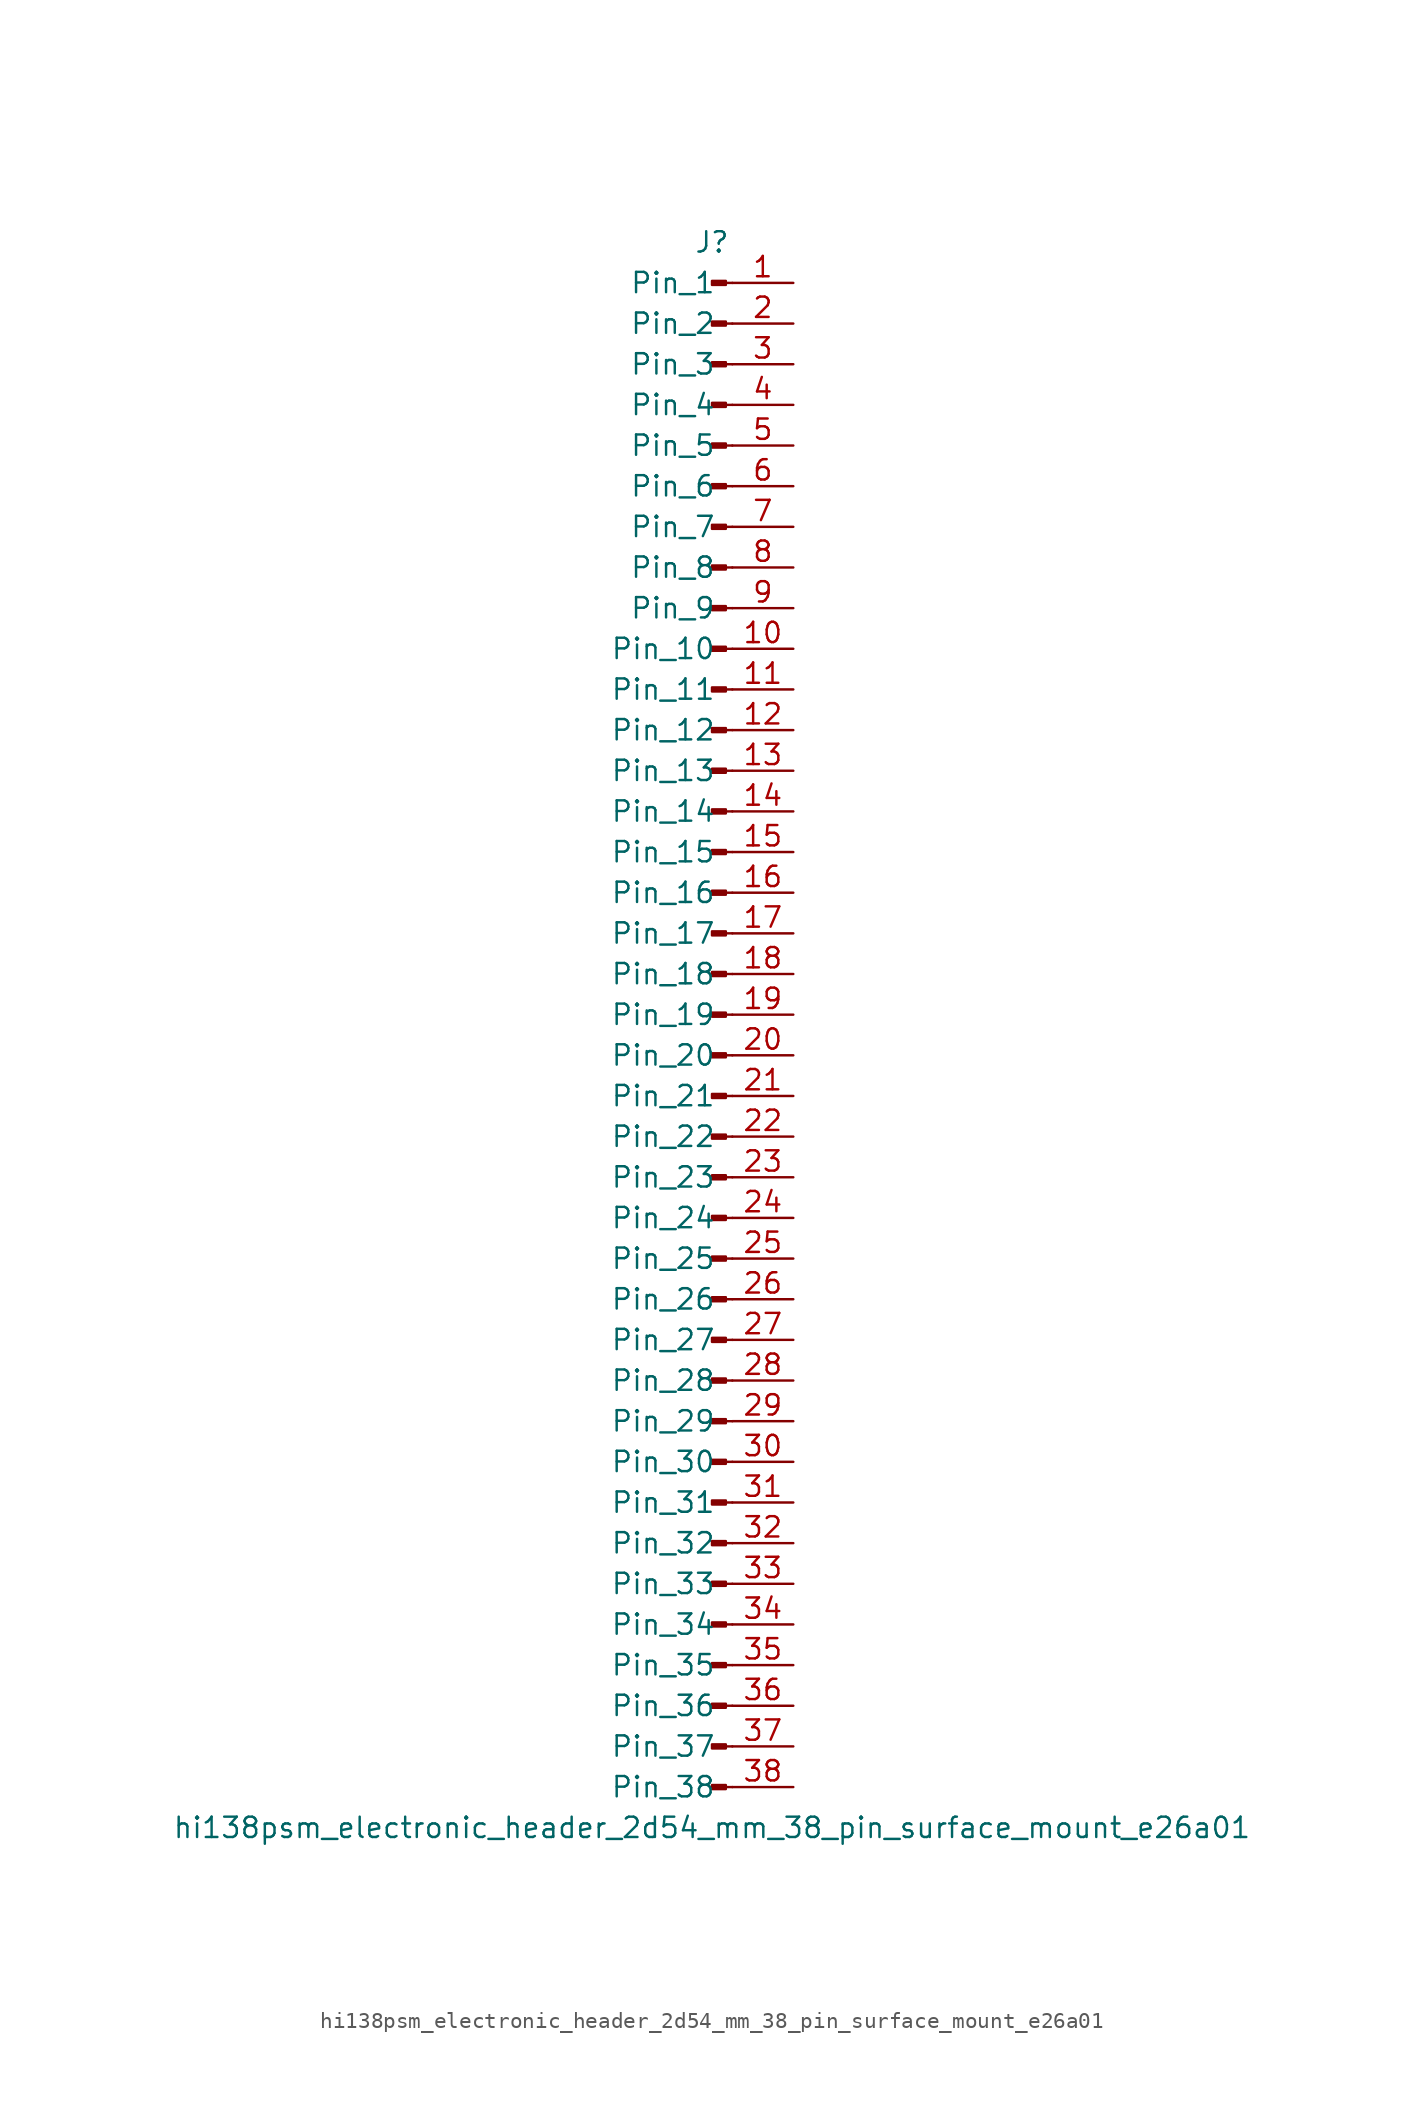
<source format=kicad_sym>
(kicad_symbol_lib
  (version 20220914)
  (generator kicad_symbol_editor)
  (symbol "hi138psm_electronic_header_2d54_mm_38_pin_surface_mount_e26a01"
    (pin_names
      (offset 1.016))
    (property "Reference" "J"
      (at 0 48.26 0)
      (effects (font (size 1.27 1.27))))
    (property "Value" "hi138psm_electronic_header_2d54_mm_38_pin_surface_mount_e26a01"
      (at 0 -50.8 0)
      (effects (font (size 1.27 1.27))))
    (property "ki_locked" ""
      (at 0 0 0)
      (effects (font (size 1.27 1.27))))
    (symbol "hi138psm_electronic_header_2d54_mm_38_pin_surface_mount_e26a01_1_1"
      (polyline (pts (xy 1.27 -48.26) (xy 0.864 -48.26)) (stroke (width 0.152) (type default)) (fill (type none)))
      (polyline (pts (xy 1.27 -45.72) (xy 0.864 -45.72)) (stroke (width 0.152) (type default)) (fill (type none)))
      (polyline (pts (xy 1.27 -43.18) (xy 0.864 -43.18)) (stroke (width 0.152) (type default)) (fill (type none)))
      (polyline (pts (xy 1.27 -40.64) (xy 0.864 -40.64)) (stroke (width 0.152) (type default)) (fill (type none)))
      (polyline (pts (xy 1.27 -38.1) (xy 0.864 -38.1)) (stroke (width 0.152) (type default)) (fill (type none)))
      (polyline (pts (xy 1.27 -35.56) (xy 0.864 -35.56)) (stroke (width 0.152) (type default)) (fill (type none)))
      (polyline (pts (xy 1.27 -33.02) (xy 0.864 -33.02)) (stroke (width 0.152) (type default)) (fill (type none)))
      (polyline (pts (xy 1.27 -30.48) (xy 0.864 -30.48)) (stroke (width 0.152) (type default)) (fill (type none)))
      (polyline (pts (xy 1.27 -27.94) (xy 0.864 -27.94)) (stroke (width 0.152) (type default)) (fill (type none)))
      (polyline (pts (xy 1.27 -25.4) (xy 0.864 -25.4)) (stroke (width 0.152) (type default)) (fill (type none)))
      (polyline (pts (xy 1.27 -22.86) (xy 0.864 -22.86)) (stroke (width 0.152) (type default)) (fill (type none)))
      (polyline (pts (xy 1.27 -20.32) (xy 0.864 -20.32)) (stroke (width 0.152) (type default)) (fill (type none)))
      (polyline (pts (xy 1.27 -17.78) (xy 0.864 -17.78)) (stroke (width 0.152) (type default)) (fill (type none)))
      (polyline (pts (xy 1.27 -15.24) (xy 0.864 -15.24)) (stroke (width 0.152) (type default)) (fill (type none)))
      (polyline (pts (xy 1.27 -12.7) (xy 0.864 -12.7)) (stroke (width 0.152) (type default)) (fill (type none)))
      (polyline (pts (xy 1.27 -10.16) (xy 0.864 -10.16)) (stroke (width 0.152) (type default)) (fill (type none)))
      (polyline (pts (xy 1.27 -7.62) (xy 0.864 -7.62)) (stroke (width 0.152) (type default)) (fill (type none)))
      (polyline (pts (xy 1.27 -5.08) (xy 0.864 -5.08)) (stroke (width 0.152) (type default)) (fill (type none)))
      (polyline (pts (xy 1.27 -2.54) (xy 0.864 -2.54)) (stroke (width 0.152) (type default)) (fill (type none)))
      (polyline (pts (xy 1.27 0) (xy 0.864 0)) (stroke (width 0.152) (type default)) (fill (type none)))
      (polyline (pts (xy 1.27 2.54) (xy 0.864 2.54)) (stroke (width 0.152) (type default)) (fill (type none)))
      (polyline (pts (xy 1.27 5.08) (xy 0.864 5.08)) (stroke (width 0.152) (type default)) (fill (type none)))
      (polyline (pts (xy 1.27 7.62) (xy 0.864 7.62)) (stroke (width 0.152) (type default)) (fill (type none)))
      (polyline (pts (xy 1.27 10.16) (xy 0.864 10.16)) (stroke (width 0.152) (type default)) (fill (type none)))
      (polyline (pts (xy 1.27 12.7) (xy 0.864 12.7)) (stroke (width 0.152) (type default)) (fill (type none)))
      (polyline (pts (xy 1.27 15.24) (xy 0.864 15.24)) (stroke (width 0.152) (type default)) (fill (type none)))
      (polyline (pts (xy 1.27 17.78) (xy 0.864 17.78)) (stroke (width 0.152) (type default)) (fill (type none)))
      (polyline (pts (xy 1.27 20.32) (xy 0.864 20.32)) (stroke (width 0.152) (type default)) (fill (type none)))
      (polyline (pts (xy 1.27 22.86) (xy 0.864 22.86)) (stroke (width 0.152) (type default)) (fill (type none)))
      (polyline (pts (xy 1.27 25.4) (xy 0.864 25.4)) (stroke (width 0.152) (type default)) (fill (type none)))
      (polyline (pts (xy 1.27 27.94) (xy 0.864 27.94)) (stroke (width 0.152) (type default)) (fill (type none)))
      (polyline (pts (xy 1.27 30.48) (xy 0.864 30.48)) (stroke (width 0.152) (type default)) (fill (type none)))
      (polyline (pts (xy 1.27 33.02) (xy 0.864 33.02)) (stroke (width 0.152) (type default)) (fill (type none)))
      (polyline (pts (xy 1.27 35.56) (xy 0.864 35.56)) (stroke (width 0.152) (type default)) (fill (type none)))
      (polyline (pts (xy 1.27 38.1) (xy 0.864 38.1)) (stroke (width 0.152) (type default)) (fill (type none)))
      (polyline (pts (xy 1.27 40.64) (xy 0.864 40.64)) (stroke (width 0.152) (type default)) (fill (type none)))
      (polyline (pts (xy 1.27 43.18) (xy 0.864 43.18)) (stroke (width 0.152) (type default)) (fill (type none)))
      (polyline (pts (xy 1.27 45.72) (xy 0.864 45.72)) (stroke (width 0.152) (type default)) (fill (type none)))
      (rectangle (start 0.864 -48.133) (end 0 -48.387) (stroke (width 0.152) (type default)) (fill (type outline)))
      (rectangle (start 0.864 -45.593) (end 0 -45.847) (stroke (width 0.152) (type default)) (fill (type outline)))
      (rectangle (start 0.864 -43.053) (end 0 -43.307) (stroke (width 0.152) (type default)) (fill (type outline)))
      (rectangle (start 0.864 -40.513) (end 0 -40.767) (stroke (width 0.152) (type default)) (fill (type outline)))
      (rectangle (start 0.864 -37.973) (end 0 -38.227) (stroke (width 0.152) (type default)) (fill (type outline)))
      (rectangle (start 0.864 -35.433) (end 0 -35.687) (stroke (width 0.152) (type default)) (fill (type outline)))
      (rectangle (start 0.864 -32.893) (end 0 -33.147) (stroke (width 0.152) (type default)) (fill (type outline)))
      (rectangle (start 0.864 -30.353) (end 0 -30.607) (stroke (width 0.152) (type default)) (fill (type outline)))
      (rectangle (start 0.864 -27.813) (end 0 -28.067) (stroke (width 0.152) (type default)) (fill (type outline)))
      (rectangle (start 0.864 -25.273) (end 0 -25.527) (stroke (width 0.152) (type default)) (fill (type outline)))
      (rectangle (start 0.864 -22.733) (end 0 -22.987) (stroke (width 0.152) (type default)) (fill (type outline)))
      (rectangle (start 0.864 -20.193) (end 0 -20.447) (stroke (width 0.152) (type default)) (fill (type outline)))
      (rectangle (start 0.864 -17.653) (end 0 -17.907) (stroke (width 0.152) (type default)) (fill (type outline)))
      (rectangle (start 0.864 -15.113) (end 0 -15.367) (stroke (width 0.152) (type default)) (fill (type outline)))
      (rectangle (start 0.864 -12.573) (end 0 -12.827) (stroke (width 0.152) (type default)) (fill (type outline)))
      (rectangle (start 0.864 -10.033) (end 0 -10.287) (stroke (width 0.152) (type default)) (fill (type outline)))
      (rectangle (start 0.864 -7.493) (end 0 -7.747) (stroke (width 0.152) (type default)) (fill (type outline)))
      (rectangle (start 0.864 -4.953) (end 0 -5.207) (stroke (width 0.152) (type default)) (fill (type outline)))
      (rectangle (start 0.864 -2.413) (end 0 -2.667) (stroke (width 0.152) (type default)) (fill (type outline)))
      (rectangle (start 0.864 0.127) (end 0 -0.127) (stroke (width 0.152) (type default)) (fill (type outline)))
      (rectangle (start 0.864 2.667) (end 0 2.413) (stroke (width 0.152) (type default)) (fill (type outline)))
      (rectangle (start 0.864 5.207) (end 0 4.953) (stroke (width 0.152) (type default)) (fill (type outline)))
      (rectangle (start 0.864 7.747) (end 0 7.493) (stroke (width 0.152) (type default)) (fill (type outline)))
      (rectangle (start 0.864 10.287) (end 0 10.033) (stroke (width 0.152) (type default)) (fill (type outline)))
      (rectangle (start 0.864 12.827) (end 0 12.573) (stroke (width 0.152) (type default)) (fill (type outline)))
      (rectangle (start 0.864 15.367) (end 0 15.113) (stroke (width 0.152) (type default)) (fill (type outline)))
      (rectangle (start 0.864 17.907) (end 0 17.653) (stroke (width 0.152) (type default)) (fill (type outline)))
      (rectangle (start 0.864 20.447) (end 0 20.193) (stroke (width 0.152) (type default)) (fill (type outline)))
      (rectangle (start 0.864 22.987) (end 0 22.733) (stroke (width 0.152) (type default)) (fill (type outline)))
      (rectangle (start 0.864 25.527) (end 0 25.273) (stroke (width 0.152) (type default)) (fill (type outline)))
      (rectangle (start 0.864 28.067) (end 0 27.813) (stroke (width 0.152) (type default)) (fill (type outline)))
      (rectangle (start 0.864 30.607) (end 0 30.353) (stroke (width 0.152) (type default)) (fill (type outline)))
      (rectangle (start 0.864 33.147) (end 0 32.893) (stroke (width 0.152) (type default)) (fill (type outline)))
      (rectangle (start 0.864 35.687) (end 0 35.433) (stroke (width 0.152) (type default)) (fill (type outline)))
      (rectangle (start 0.864 38.227) (end 0 37.973) (stroke (width 0.152) (type default)) (fill (type outline)))
      (rectangle (start 0.864 40.767) (end 0 40.513) (stroke (width 0.152) (type default)) (fill (type outline)))
      (rectangle (start 0.864 43.307) (end 0 43.053) (stroke (width 0.152) (type default)) (fill (type outline)))
      (rectangle (start 0.864 45.847) (end 0 45.593) (stroke (width 0.152) (type default)) (fill (type outline)))
      (pin passive line (at 5.08 45.72 180) (length 3.81) (name "Pin_1" (effects (font (size 1.27 1.27)))) (number "1" (effects (font (size 1.27 1.27)))))
      (pin passive line (at 5.08 22.86 180) (length 3.81) (name "Pin_10" (effects (font (size 1.27 1.27)))) (number "10" (effects (font (size 1.27 1.27)))))
      (pin passive line (at 5.08 20.32 180) (length 3.81) (name "Pin_11" (effects (font (size 1.27 1.27)))) (number "11" (effects (font (size 1.27 1.27)))))
      (pin passive line (at 5.08 17.78 180) (length 3.81) (name "Pin_12" (effects (font (size 1.27 1.27)))) (number "12" (effects (font (size 1.27 1.27)))))
      (pin passive line (at 5.08 15.24 180) (length 3.81) (name "Pin_13" (effects (font (size 1.27 1.27)))) (number "13" (effects (font (size 1.27 1.27)))))
      (pin passive line (at 5.08 12.7 180) (length 3.81) (name "Pin_14" (effects (font (size 1.27 1.27)))) (number "14" (effects (font (size 1.27 1.27)))))
      (pin passive line (at 5.08 10.16 180) (length 3.81) (name "Pin_15" (effects (font (size 1.27 1.27)))) (number "15" (effects (font (size 1.27 1.27)))))
      (pin passive line (at 5.08 7.62 180) (length 3.81) (name "Pin_16" (effects (font (size 1.27 1.27)))) (number "16" (effects (font (size 1.27 1.27)))))
      (pin passive line (at 5.08 5.08 180) (length 3.81) (name "Pin_17" (effects (font (size 1.27 1.27)))) (number "17" (effects (font (size 1.27 1.27)))))
      (pin passive line (at 5.08 2.54 180) (length 3.81) (name "Pin_18" (effects (font (size 1.27 1.27)))) (number "18" (effects (font (size 1.27 1.27)))))
      (pin passive line (at 5.08 0 180) (length 3.81) (name "Pin_19" (effects (font (size 1.27 1.27)))) (number "19" (effects (font (size 1.27 1.27)))))
      (pin passive line (at 5.08 43.18 180) (length 3.81) (name "Pin_2" (effects (font (size 1.27 1.27)))) (number "2" (effects (font (size 1.27 1.27)))))
      (pin passive line (at 5.08 -2.54 180) (length 3.81) (name "Pin_20" (effects (font (size 1.27 1.27)))) (number "20" (effects (font (size 1.27 1.27)))))
      (pin passive line (at 5.08 -5.08 180) (length 3.81) (name "Pin_21" (effects (font (size 1.27 1.27)))) (number "21" (effects (font (size 1.27 1.27)))))
      (pin passive line (at 5.08 -7.62 180) (length 3.81) (name "Pin_22" (effects (font (size 1.27 1.27)))) (number "22" (effects (font (size 1.27 1.27)))))
      (pin passive line (at 5.08 -10.16 180) (length 3.81) (name "Pin_23" (effects (font (size 1.27 1.27)))) (number "23" (effects (font (size 1.27 1.27)))))
      (pin passive line (at 5.08 -12.7 180) (length 3.81) (name "Pin_24" (effects (font (size 1.27 1.27)))) (number "24" (effects (font (size 1.27 1.27)))))
      (pin passive line (at 5.08 -15.24 180) (length 3.81) (name "Pin_25" (effects (font (size 1.27 1.27)))) (number "25" (effects (font (size 1.27 1.27)))))
      (pin passive line (at 5.08 -17.78 180) (length 3.81) (name "Pin_26" (effects (font (size 1.27 1.27)))) (number "26" (effects (font (size 1.27 1.27)))))
      (pin passive line (at 5.08 -20.32 180) (length 3.81) (name "Pin_27" (effects (font (size 1.27 1.27)))) (number "27" (effects (font (size 1.27 1.27)))))
      (pin passive line (at 5.08 -22.86 180) (length 3.81) (name "Pin_28" (effects (font (size 1.27 1.27)))) (number "28" (effects (font (size 1.27 1.27)))))
      (pin passive line (at 5.08 -25.4 180) (length 3.81) (name "Pin_29" (effects (font (size 1.27 1.27)))) (number "29" (effects (font (size 1.27 1.27)))))
      (pin passive line (at 5.08 40.64 180) (length 3.81) (name "Pin_3" (effects (font (size 1.27 1.27)))) (number "3" (effects (font (size 1.27 1.27)))))
      (pin passive line (at 5.08 -27.94 180) (length 3.81) (name "Pin_30" (effects (font (size 1.27 1.27)))) (number "30" (effects (font (size 1.27 1.27)))))
      (pin passive line (at 5.08 -30.48 180) (length 3.81) (name "Pin_31" (effects (font (size 1.27 1.27)))) (number "31" (effects (font (size 1.27 1.27)))))
      (pin passive line (at 5.08 -33.02 180) (length 3.81) (name "Pin_32" (effects (font (size 1.27 1.27)))) (number "32" (effects (font (size 1.27 1.27)))))
      (pin passive line (at 5.08 -35.56 180) (length 3.81) (name "Pin_33" (effects (font (size 1.27 1.27)))) (number "33" (effects (font (size 1.27 1.27)))))
      (pin passive line (at 5.08 -38.1 180) (length 3.81) (name "Pin_34" (effects (font (size 1.27 1.27)))) (number "34" (effects (font (size 1.27 1.27)))))
      (pin passive line (at 5.08 -40.64 180) (length 3.81) (name "Pin_35" (effects (font (size 1.27 1.27)))) (number "35" (effects (font (size 1.27 1.27)))))
      (pin passive line (at 5.08 -43.18 180) (length 3.81) (name "Pin_36" (effects (font (size 1.27 1.27)))) (number "36" (effects (font (size 1.27 1.27)))))
      (pin passive line (at 5.08 -45.72 180) (length 3.81) (name "Pin_37" (effects (font (size 1.27 1.27)))) (number "37" (effects (font (size 1.27 1.27)))))
      (pin passive line (at 5.08 -48.26 180) (length 3.81) (name "Pin_38" (effects (font (size 1.27 1.27)))) (number "38" (effects (font (size 1.27 1.27)))))
      (pin passive line (at 5.08 38.1 180) (length 3.81) (name "Pin_4" (effects (font (size 1.27 1.27)))) (number "4" (effects (font (size 1.27 1.27)))))
      (pin passive line (at 5.08 35.56 180) (length 3.81) (name "Pin_5" (effects (font (size 1.27 1.27)))) (number "5" (effects (font (size 1.27 1.27)))))
      (pin passive line (at 5.08 33.02 180) (length 3.81) (name "Pin_6" (effects (font (size 1.27 1.27)))) (number "6" (effects (font (size 1.27 1.27)))))
      (pin passive line (at 5.08 30.48 180) (length 3.81) (name "Pin_7" (effects (font (size 1.27 1.27)))) (number "7" (effects (font (size 1.27 1.27)))))
      (pin passive line (at 5.08 27.94 180) (length 3.81) (name "Pin_8" (effects (font (size 1.27 1.27)))) (number "8" (effects (font (size 1.27 1.27)))))
      (pin passive line (at 5.08 25.4 180) (length 3.81) (name "Pin_9" (effects (font (size 1.27 1.27)))) (number "9" (effects (font (size 1.27 1.27))))))))
</source>
